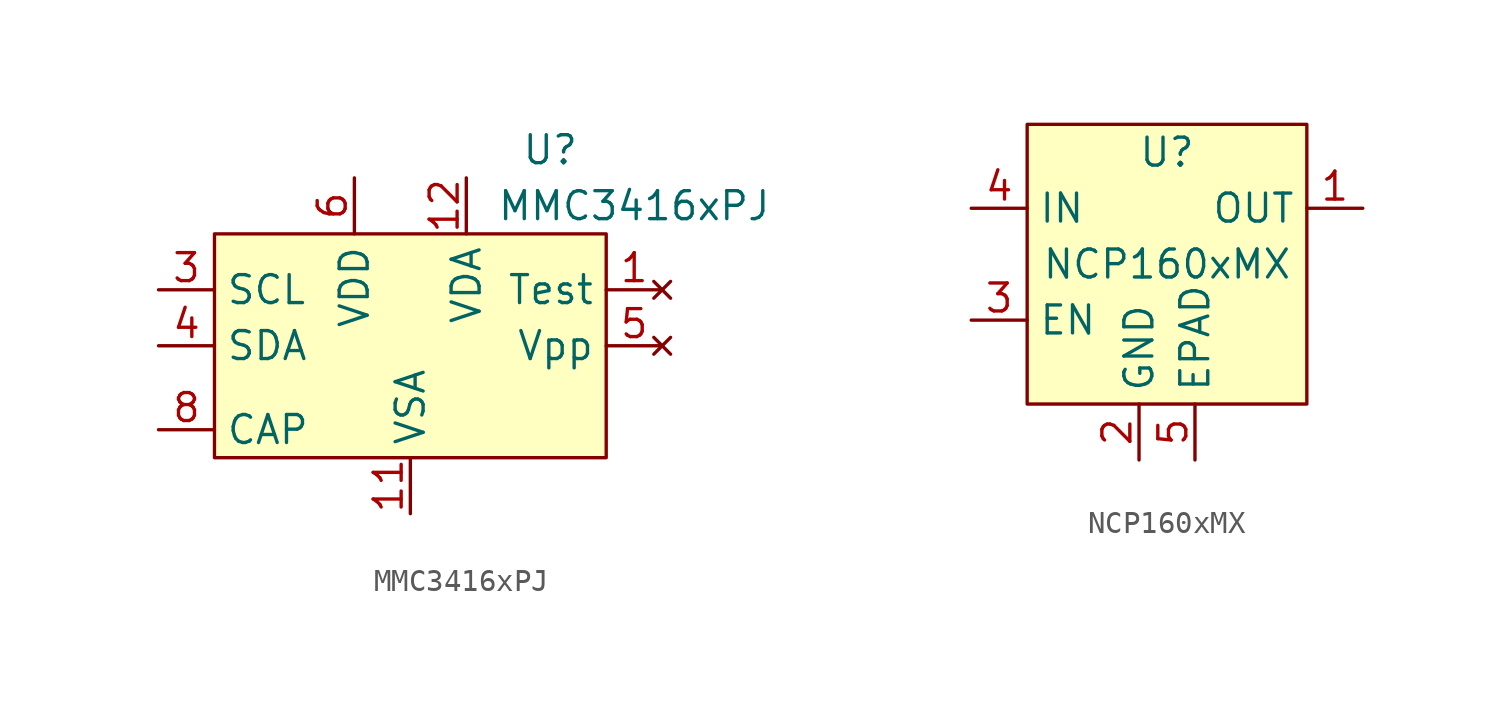
<source format=kicad_sym>
(kicad_symbol_lib
  (version 20211014)
  (generator kicad_symbol_editor)
  (symbol "MMC3416xPJ"
    (property "Reference" "U"
      (at 6.35 8.89 0)
      (effects (font (size 1.27 1.27))))
    (property "Value" "MMC3416xPJ"
      (at 10.16 6.35 0)
      (effects (font (size 1.27 1.27))))
    (symbol "MMC3416xPJ_0_1"
      (rectangle (start -8.89 5.08) (end 8.89 -5.08) (stroke (width 0.152) (type default) (color 0 0 0 0)) (fill (type background))))
    (symbol "MMC3416xPJ_1_1"
      (pin no_connect line (at 11.43 2.54 180) (length 2.54) (name "Test" (effects (font (size 1.27 1.27)))) (number "1" (effects (font (size 1.27 1.27)))))
      (pin passive line (at 0 -7.62 90) (length 2.54) (name "VSA" (effects (font (size 1.27 1.27)))) (number "11" (effects (font (size 1.27 1.27)))))
      (pin passive line (at 2.54 7.62 270) (length 2.54) (name "VDA" (effects (font (size 1.27 1.27)))) (number "12" (effects (font (size 1.27 1.27)))))
      (pin passive line (at -11.43 2.54 0) (length 2.54) (name "SCL" (effects (font (size 1.27 1.27)))) (number "3" (effects (font (size 1.27 1.27)))))
      (pin passive line (at -11.43 0 0) (length 2.54) (name "SDA" (effects (font (size 1.27 1.27)))) (number "4" (effects (font (size 1.27 1.27)))))
      (pin no_connect line (at 11.43 0 180) (length 2.54) (name "Vpp" (effects (font (size 1.27 1.27)))) (number "5" (effects (font (size 1.27 1.27)))))
      (pin passive line (at -2.54 7.62 270) (length 2.54) (name "VDD" (effects (font (size 1.27 1.27)))) (number "6" (effects (font (size 1.27 1.27)))))
      (pin passive line (at -11.43 -3.81 0) (length 2.54) (name "CAP" (effects (font (size 1.27 1.27)))) (number "8" (effects (font (size 1.27 1.27)))))))
  (symbol "NCP160xMX"
    (property "Reference" "U"
      (at 0 5.08 0)
      (effects (font (size 1.27 1.27))))
    (property "Value" "NCP160xMX"
      (at 0 0 0)
      (effects (font (size 1.27 1.27))))
    (symbol "NCP160xMX_0_1"
      (rectangle (start -6.35 6.35) (end 6.35 -6.35) (stroke (width 0.152) (type default) (color 0 0 0 0)) (fill (type background))))
    (symbol "NCP160xMX_1_1"
      (pin power_out line (at 8.89 2.54 180) (length 2.54) (name "OUT" (effects (font (size 1.27 1.27)))) (number "1" (effects (font (size 1.27 1.27)))))
      (pin power_in line (at -1.27 -8.89 90) (length 2.54) (name "GND" (effects (font (size 1.27 1.27)))) (number "2" (effects (font (size 1.27 1.27)))))
      (pin passive line (at -8.89 -2.54 0) (length 2.54) (name "EN" (effects (font (size 1.27 1.27)))) (number "3" (effects (font (size 1.27 1.27)))))
      (pin power_in line (at -8.89 2.54 0) (length 2.54) (name "IN" (effects (font (size 1.27 1.27)))) (number "4" (effects (font (size 1.27 1.27)))))
      (pin power_in line (at 1.27 -8.89 90) (length 2.54) (name "EPAD" (effects (font (size 1.27 1.27)))) (number "5" (effects (font (size 1.27 1.27))))))))
</source>
